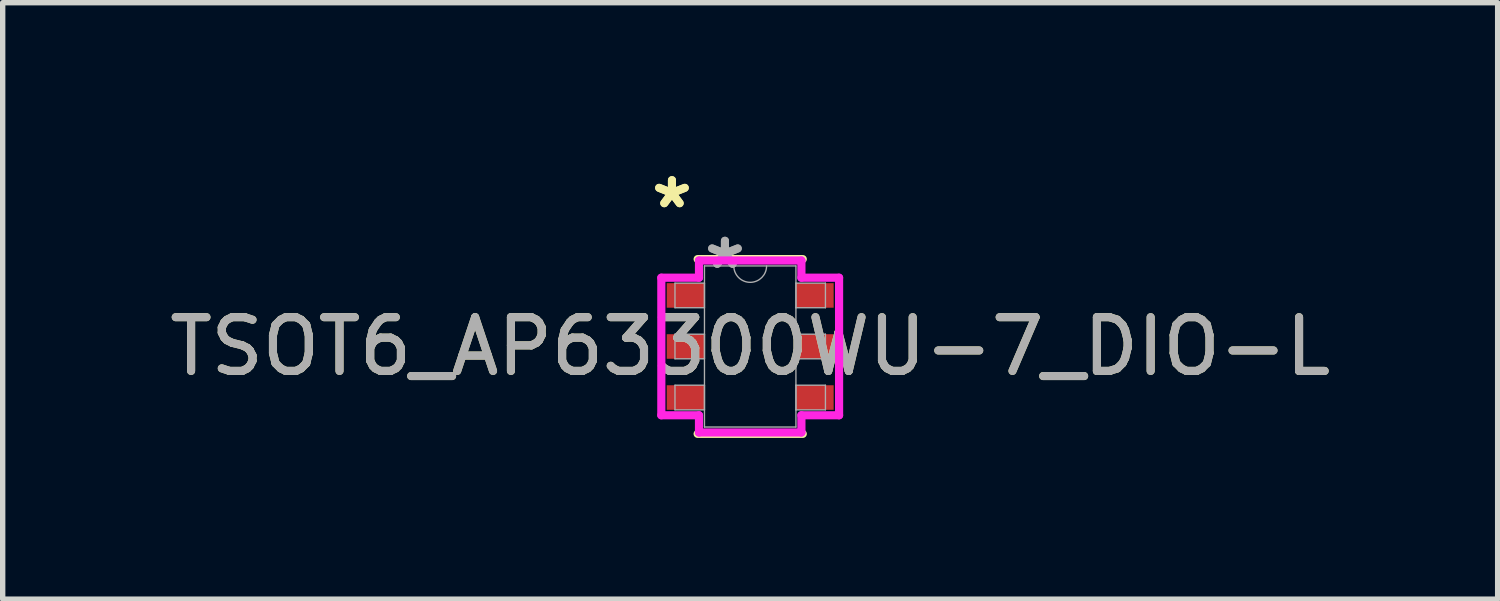
<source format=kicad_pcb>
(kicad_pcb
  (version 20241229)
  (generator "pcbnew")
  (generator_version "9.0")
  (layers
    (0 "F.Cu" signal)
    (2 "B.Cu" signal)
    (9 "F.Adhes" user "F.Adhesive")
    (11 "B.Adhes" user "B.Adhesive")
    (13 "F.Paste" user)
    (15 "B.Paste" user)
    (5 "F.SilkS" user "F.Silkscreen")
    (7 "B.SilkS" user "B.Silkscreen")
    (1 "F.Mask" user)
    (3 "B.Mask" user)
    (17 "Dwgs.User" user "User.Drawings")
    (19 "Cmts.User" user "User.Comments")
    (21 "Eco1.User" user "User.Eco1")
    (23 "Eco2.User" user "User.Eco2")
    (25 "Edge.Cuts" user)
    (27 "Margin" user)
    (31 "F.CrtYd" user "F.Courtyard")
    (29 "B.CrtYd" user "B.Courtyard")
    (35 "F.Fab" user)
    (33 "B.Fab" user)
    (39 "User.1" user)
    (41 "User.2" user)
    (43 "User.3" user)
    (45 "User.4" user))
  (footprint "TSOT6_AP63300WU-7_DIO-L"
    (layer "F.Cu")
    (at 10.911 3.398)
    (property "Reference" "TSOT6_AP63300WU-7_DIO-L" (at 0 0 0) (unlocked yes) (layer "F.SilkS") (effects (font (size 1 1) (thickness 0.15))))
    (attr smd)
    (fp_line (start -0.978 1.626) (end 0.978 1.626) (stroke (width 0.152) (type solid)) (layer "F.SilkS"))
    (fp_line (start 0.978 -1.626) (end -0.978 -1.626) (stroke (width 0.152) (type solid)) (layer "F.SilkS"))
    (fp_line (start -1.654 -1.28) (end -0.953 -1.28) (stroke (width 0.152) (type solid)) (layer "F.CrtYd"))
    (fp_line (start -1.654 1.28) (end -1.654 -1.28) (stroke (width 0.152) (type solid)) (layer "F.CrtYd"))
    (fp_line (start -1.654 1.28) (end -0.953 1.28) (stroke (width 0.152) (type solid)) (layer "F.CrtYd"))
    (fp_line (start -0.953 -1.6) (end 0.953 -1.6) (stroke (width 0.152) (type solid)) (layer "F.CrtYd"))
    (fp_line (start -0.953 -1.28) (end -0.953 -1.6) (stroke (width 0.152) (type solid)) (layer "F.CrtYd"))
    (fp_line (start -0.953 1.6) (end -0.953 1.28) (stroke (width 0.152) (type solid)) (layer "F.CrtYd"))
    (fp_line (start 0.953 -1.6) (end 0.953 -1.28) (stroke (width 0.152) (type solid)) (layer "F.CrtYd"))
    (fp_line (start 0.953 1.28) (end 0.953 1.6) (stroke (width 0.152) (type solid)) (layer "F.CrtYd"))
    (fp_line (start 0.953 1.6) (end -0.953 1.6) (stroke (width 0.152) (type solid)) (layer "F.CrtYd"))
    (fp_line (start 1.654 -1.28) (end 0.953 -1.28) (stroke (width 0.152) (type solid)) (layer "F.CrtYd"))
    (fp_line (start 1.654 -1.28) (end 1.654 1.28) (stroke (width 0.152) (type solid)) (layer "F.CrtYd"))
    (fp_line (start 1.654 1.28) (end 0.953 1.28) (stroke (width 0.152) (type solid)) (layer "F.CrtYd"))
    (fp_line (start -1.4 -1.179) (end -1.4 -0.721) (stroke (width 0.025) (type solid)) (layer "F.Fab"))
    (fp_line (start -1.4 -0.721) (end -0.851 -0.721) (stroke (width 0.025) (type solid)) (layer "F.Fab"))
    (fp_line (start -1.4 -0.229) (end -1.4 0.229) (stroke (width 0.025) (type solid)) (layer "F.Fab"))
    (fp_line (start -1.4 0.229) (end -0.851 0.229) (stroke (width 0.025) (type solid)) (layer "F.Fab"))
    (fp_line (start -1.4 0.721) (end -1.4 1.179) (stroke (width 0.025) (type solid)) (layer "F.Fab"))
    (fp_line (start -1.4 1.179) (end -0.851 1.179) (stroke (width 0.025) (type solid)) (layer "F.Fab"))
    (fp_line (start -0.851 -1.499) (end -0.851 1.499) (stroke (width 0.025) (type solid)) (layer "F.Fab"))
    (fp_line (start -0.851 -1.179) (end -1.4 -1.179) (stroke (width 0.025) (type solid)) (layer "F.Fab"))
    (fp_line (start -0.851 -0.721) (end -0.851 -1.179) (stroke (width 0.025) (type solid)) (layer "F.Fab"))
    (fp_line (start -0.851 -0.229) (end -1.4 -0.229) (stroke (width 0.025) (type solid)) (layer "F.Fab"))
    (fp_line (start -0.851 0.229) (end -0.851 -0.229) (stroke (width 0.025) (type solid)) (layer "F.Fab"))
    (fp_line (start -0.851 0.721) (end -1.4 0.721) (stroke (width 0.025) (type solid)) (layer "F.Fab"))
    (fp_line (start -0.851 1.179) (end -0.851 0.721) (stroke (width 0.025) (type solid)) (layer "F.Fab"))
    (fp_line (start -0.851 1.499) (end 0.851 1.499) (stroke (width 0.025) (type solid)) (layer "F.Fab"))
    (fp_line (start 0.851 -1.499) (end -0.851 -1.499) (stroke (width 0.025) (type solid)) (layer "F.Fab"))
    (fp_line (start 0.851 -1.179) (end 0.851 -0.721) (stroke (width 0.025) (type solid)) (layer "F.Fab"))
    (fp_line (start 0.851 -0.721) (end 1.4 -0.721) (stroke (width 0.025) (type solid)) (layer "F.Fab"))
    (fp_line (start 0.851 -0.229) (end 0.851 0.229) (stroke (width 0.025) (type solid)) (layer "F.Fab"))
    (fp_line (start 0.851 0.229) (end 1.4 0.229) (stroke (width 0.025) (type solid)) (layer "F.Fab"))
    (fp_line (start 0.851 0.721) (end 0.851 1.179) (stroke (width 0.025) (type solid)) (layer "F.Fab"))
    (fp_line (start 0.851 1.179) (end 1.4 1.179) (stroke (width 0.025) (type solid)) (layer "F.Fab"))
    (fp_line (start 0.851 1.499) (end 0.851 -1.499) (stroke (width 0.025) (type solid)) (layer "F.Fab"))
    (fp_line (start 1.4 -1.179) (end 0.851 -1.179) (stroke (width 0.025) (type solid)) (layer "F.Fab"))
    (fp_line (start 1.4 -0.721) (end 1.4 -1.179) (stroke (width 0.025) (type solid)) (layer "F.Fab"))
    (fp_line (start 1.4 -0.229) (end 0.851 -0.229) (stroke (width 0.025) (type solid)) (layer "F.Fab"))
    (fp_line (start 1.4 0.229) (end 1.4 -0.229) (stroke (width 0.025) (type solid)) (layer "F.Fab"))
    (fp_line (start 1.4 0.721) (end 0.851 0.721) (stroke (width 0.025) (type solid)) (layer "F.Fab"))
    (fp_line (start 1.4 1.179) (end 1.4 0.721) (stroke (width 0.025) (type solid)) (layer "F.Fab"))
    (fp_arc (start 0.3048 -1.4986) (mid 0 -1.1938) (end -0.3048 -1.4986) (stroke (width 0.0254) (type solid)) (layer "F.Fab"))
    (fp_text user "*" (at -1.456 -2.55 0) (layer "F.SilkS") (effects (font (size 1 1) (thickness 0.15))))
    (fp_text user "*" (at -1.456 -2.55 0) (unlocked yes) (layer "F.SilkS") (effects (font (size 1 1) (thickness 0.15))))
    (fp_text user "${REFERENCE}" (at 0 0 0) (unlocked yes) (layer "F.Fab") (effects (font (size 1 1) (thickness 0.15))))
    (fp_text user "*" (at -0.47 -1.422 0) (unlocked yes) (layer "F.Fab") (effects (font (size 1 1) (thickness 0.15))))
    (fp_text user "*" (at -0.47 -1.422 0) (layer "F.Fab") (effects (font (size 1 1) (thickness 0.15))))
    (pad "1" smd rect (at -1.202 -0.95) (size 0.702 0.457) (layers "F.Cu" "F.Mask" "F.Paste"))
    (pad "2" smd rect (at -1.202 0) (size 0.702 0.457) (layers "F.Cu" "F.Mask" "F.Paste"))
    (pad "3" smd rect (at -1.202 0.95) (size 0.702 0.457) (layers "F.Cu" "F.Mask" "F.Paste"))
    (pad "4" smd rect (at 1.202 0.95) (size 0.702 0.457) (layers "F.Cu" "F.Mask" "F.Paste"))
    (pad "5" smd rect (at 1.202 0) (size 0.702 0.457) (layers "F.Cu" "F.Mask" "F.Paste"))
    (pad "6" smd rect (at 1.202 -0.95) (size 0.702 0.457) (layers "F.Cu" "F.Mask" "F.Paste")))
  (gr_rect
    (start -3 -3)
    (end 24.821 8.1)
    (stroke (width 0.1) (type default))
    (fill no)
    (layer "Edge.Cuts")))
</source>
